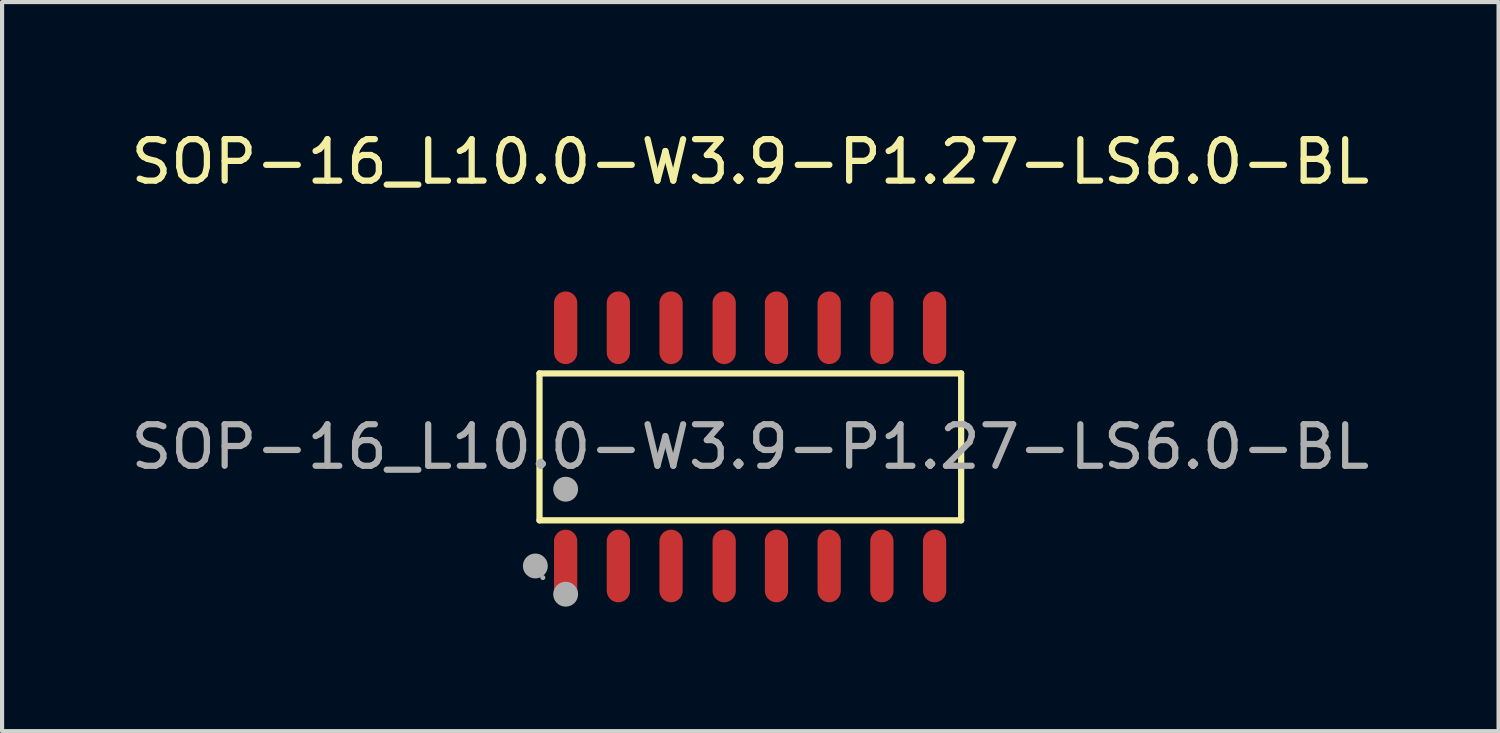
<source format=kicad_pcb>
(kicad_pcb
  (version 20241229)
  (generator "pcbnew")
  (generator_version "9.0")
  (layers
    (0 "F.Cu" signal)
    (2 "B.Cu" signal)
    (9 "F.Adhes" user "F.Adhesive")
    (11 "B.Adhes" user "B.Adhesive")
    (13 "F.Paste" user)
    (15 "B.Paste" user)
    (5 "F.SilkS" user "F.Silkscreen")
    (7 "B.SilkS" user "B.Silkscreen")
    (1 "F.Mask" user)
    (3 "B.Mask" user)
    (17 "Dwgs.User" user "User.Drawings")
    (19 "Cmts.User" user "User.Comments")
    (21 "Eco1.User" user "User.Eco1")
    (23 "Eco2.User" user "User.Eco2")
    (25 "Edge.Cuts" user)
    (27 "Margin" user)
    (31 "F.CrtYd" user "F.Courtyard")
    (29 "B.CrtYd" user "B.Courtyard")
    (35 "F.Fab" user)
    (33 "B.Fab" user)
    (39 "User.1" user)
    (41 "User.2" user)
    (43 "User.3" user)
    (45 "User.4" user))
  (footprint "SOP-16_L10.0-W3.9-P1.27-LS6.0-BL"
    (layer "F.Cu")
    (at 15.03 7.718)
    (property "Reference" "SOP-16_L10.0-W3.9-P1.27-LS6.0-BL" (at 0 -6.87 0) (layer "F.SilkS") (effects (font (size 1 1) (thickness 0.15))))
    (attr smd)
    (fp_line (start -5.08 -1.77) (end 5.08 -1.77) (stroke (width 0.15) (type solid)) (layer "F.SilkS"))
    (fp_line (start -5.08 1.77) (end -5.08 -1.77) (stroke (width 0.15) (type solid)) (layer "F.SilkS"))
    (fp_line (start 5.08 -1.77) (end 5.08 1.77) (stroke (width 0.15) (type solid)) (layer "F.SilkS"))
    (fp_line (start 5.08 1.77) (end -5.08 1.77) (stroke (width 0.15) (type solid)) (layer "F.SilkS"))
    (fp_circle (center -5.18 2.87) (end -5.03 2.87) (stroke (width 0.3) (type solid)) (fill no) (layer "F.Fab"))
    (fp_circle (center -5 3.15) (end -4.97 3.15) (stroke (width 0.06) (type solid)) (fill no) (layer "F.Fab"))
    (fp_circle (center -4.45 1.02) (end -4.3 1.02) (stroke (width 0.3) (type solid)) (fill no) (layer "F.Fab"))
    (fp_circle (center -4.45 3.55) (end -4.3 3.55) (stroke (width 0.3) (type solid)) (fill no) (layer "F.Fab"))
    (fp_text user "${REFERENCE}" (at 0 0 0) (layer "F.Fab") (effects (font (size 1 1) (thickness 0.15))))
    (pad "1" smd oval (at -4.45 2.87) (size 0.56 1.75) (layers "F.Cu" "F.Mask" "F.Paste"))
    (pad "2" smd oval (at -3.18 2.87) (size 0.56 1.75) (layers "F.Cu" "F.Mask" "F.Paste"))
    (pad "3" smd oval (at -1.91 2.87) (size 0.56 1.75) (layers "F.Cu" "F.Mask" "F.Paste"))
    (pad "4" smd oval (at -0.63 2.87) (size 0.56 1.75) (layers "F.Cu" "F.Mask" "F.Paste"))
    (pad "5" smd oval (at 0.63 2.87) (size 0.56 1.75) (layers "F.Cu" "F.Mask" "F.Paste"))
    (pad "6" smd oval (at 1.9 2.87) (size 0.56 1.75) (layers "F.Cu" "F.Mask" "F.Paste"))
    (pad "7" smd oval (at 3.17 2.87) (size 0.56 1.75) (layers "F.Cu" "F.Mask" "F.Paste"))
    (pad "8" smd oval (at 4.44 2.87) (size 0.56 1.75) (layers "F.Cu" "F.Mask" "F.Paste"))
    (pad "9" smd oval (at 4.44 -2.87) (size 0.56 1.75) (layers "F.Cu" "F.Mask" "F.Paste"))
    (pad "10" smd oval (at 3.17 -2.87) (size 0.56 1.75) (layers "F.Cu" "F.Mask" "F.Paste"))
    (pad "11" smd oval (at 1.9 -2.87) (size 0.56 1.75) (layers "F.Cu" "F.Mask" "F.Paste"))
    (pad "12" smd oval (at 0.63 -2.87) (size 0.56 1.75) (layers "F.Cu" "F.Mask" "F.Paste"))
    (pad "13" smd oval (at -0.63 -2.87) (size 0.56 1.75) (layers "F.Cu" "F.Mask" "F.Paste"))
    (pad "14" smd oval (at -1.91 -2.87) (size 0.56 1.75) (layers "F.Cu" "F.Mask" "F.Paste"))
    (pad "15" smd oval (at -3.18 -2.87) (size 0.56 1.75) (layers "F.Cu" "F.Mask" "F.Paste"))
    (pad "16" smd oval (at -4.45 -2.87) (size 0.56 1.75) (layers "F.Cu" "F.Mask" "F.Paste")))
  (gr_rect
    (start -3 -3)
    (end 33.06 14.568)
    (stroke (width 0.1) (type default))
    (fill no)
    (layer "Edge.Cuts")))
</source>
